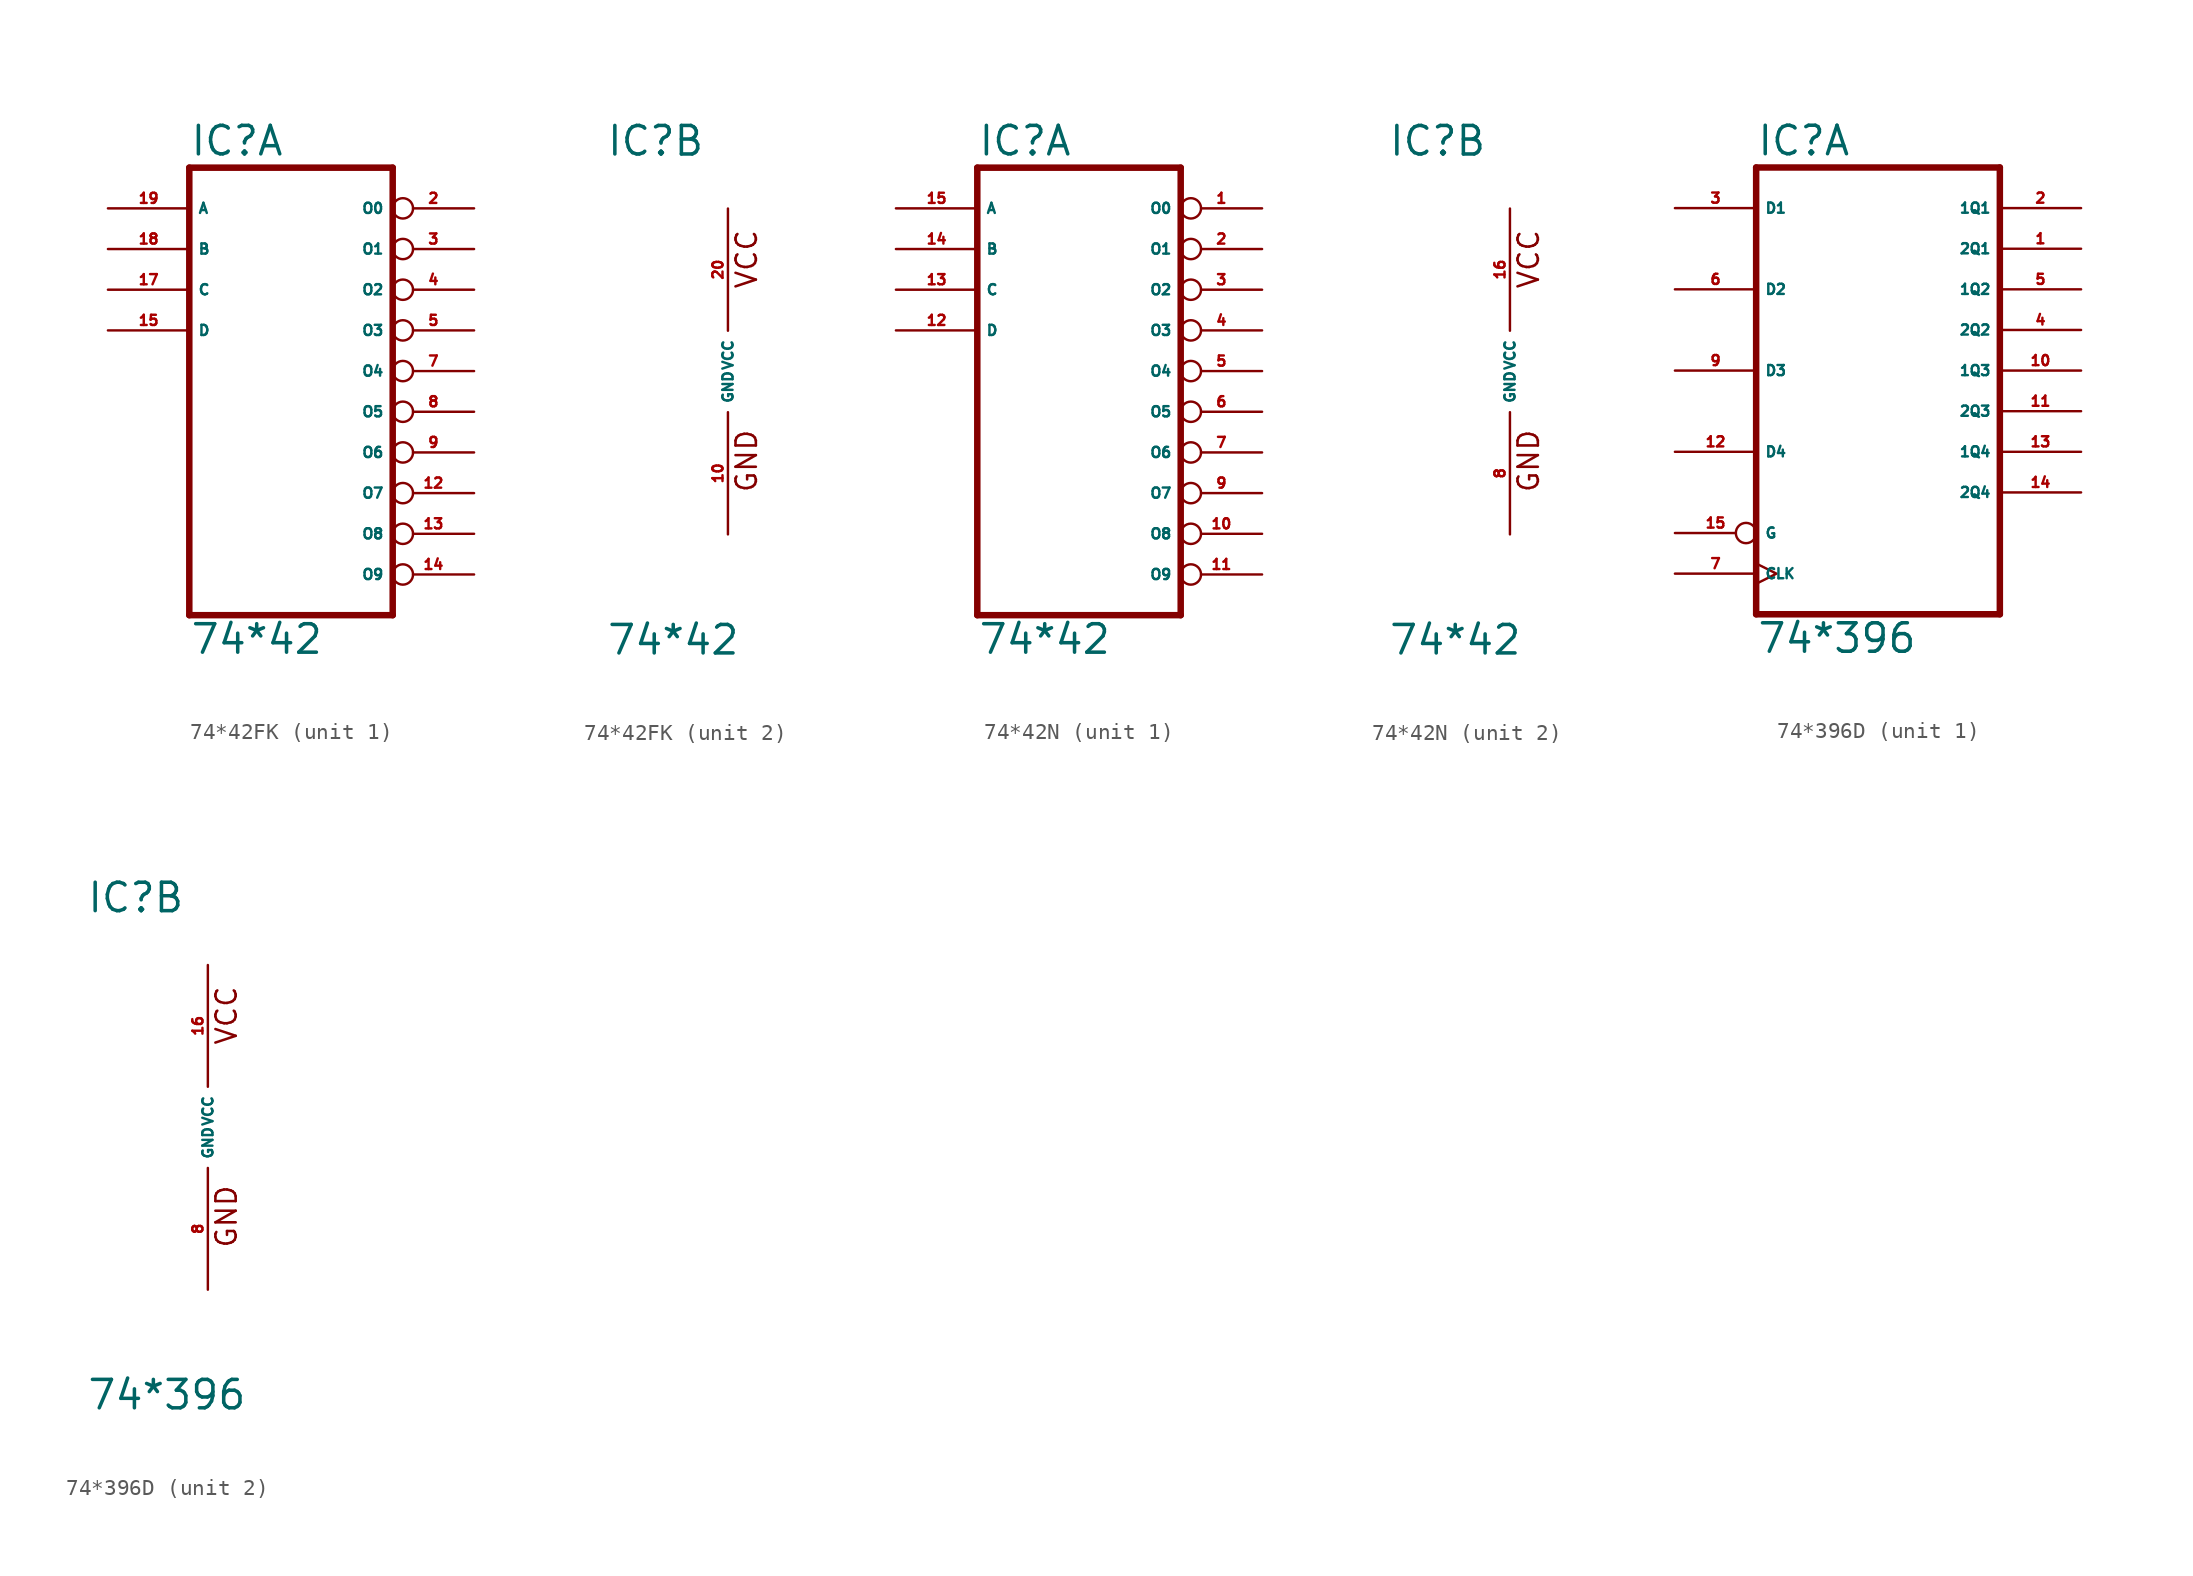
<source format=kicad_sym>
(kicad_symbol_lib
  (version 20220914)
  (generator Eagle2Kicad)
  (symbol "74*42FK"
    (property "Reference" "IC"
      (at -7.62 13.335 0)
      (effects (font (size 1.778 1.778) (thickness 0.22)) (justify left bottom)))
    (property "Value" "74*42"
      (at -7.62 -17.78 0)
      (effects (font (size 1.778 1.778) (thickness 0.22)) (justify left bottom)))
    (symbol "74*42FK_1_0"
      (polyline (pts (xy -7.62 -15.24) (xy 5.08 -15.24)) (stroke (width 0.406) (type default)) (fill (type none)))
      (polyline (pts (xy 5.08 -15.24) (xy 5.08 12.7)) (stroke (width 0.406) (type default)) (fill (type none)))
      (polyline (pts (xy 5.08 12.7) (xy -7.62 12.7)) (stroke (width 0.406) (type default)) (fill (type none)))
      (polyline (pts (xy -7.62 12.7) (xy -7.62 -15.24)) (stroke (width 0.406) (type default)) (fill (type none)))
      (pin output inverted (at 10.16 10.16 180) (length 5.08) (name "O0" (effects (font (size 0.635 0.635) (thickness 0.08)) (justify left bottom))) (number "2" (effects (font (size 0.635 0.635) (thickness 0.08)) (justify left bottom))))
      (pin output inverted (at 10.16 7.62 180) (length 5.08) (name "O1" (effects (font (size 0.635 0.635) (thickness 0.08)) (justify left bottom))) (number "3" (effects (font (size 0.635 0.635) (thickness 0.08)) (justify left bottom))))
      (pin output inverted (at 10.16 5.08 180) (length 5.08) (name "O2" (effects (font (size 0.635 0.635) (thickness 0.08)) (justify left bottom))) (number "4" (effects (font (size 0.635 0.635) (thickness 0.08)) (justify left bottom))))
      (pin output inverted (at 10.16 2.54 180) (length 5.08) (name "O3" (effects (font (size 0.635 0.635) (thickness 0.08)) (justify left bottom))) (number "5" (effects (font (size 0.635 0.635) (thickness 0.08)) (justify left bottom))))
      (pin output inverted (at 10.16 0 180) (length 5.08) (name "O4" (effects (font (size 0.635 0.635) (thickness 0.08)) (justify left bottom))) (number "7" (effects (font (size 0.635 0.635) (thickness 0.08)) (justify left bottom))))
      (pin output inverted (at 10.16 -2.54 180) (length 5.08) (name "O5" (effects (font (size 0.635 0.635) (thickness 0.08)) (justify left bottom))) (number "8" (effects (font (size 0.635 0.635) (thickness 0.08)) (justify left bottom))))
      (pin output inverted (at 10.16 -5.08 180) (length 5.08) (name "O6" (effects (font (size 0.635 0.635) (thickness 0.08)) (justify left bottom))) (number "9" (effects (font (size 0.635 0.635) (thickness 0.08)) (justify left bottom))))
      (pin output inverted (at 10.16 -7.62 180) (length 5.08) (name "O7" (effects (font (size 0.635 0.635) (thickness 0.08)) (justify left bottom))) (number "12" (effects (font (size 0.635 0.635) (thickness 0.08)) (justify left bottom))))
      (pin output inverted (at 10.16 -10.16 180) (length 5.08) (name "O8" (effects (font (size 0.635 0.635) (thickness 0.08)) (justify left bottom))) (number "13" (effects (font (size 0.635 0.635) (thickness 0.08)) (justify left bottom))))
      (pin output inverted (at 10.16 -12.7 180) (length 5.08) (name "O9" (effects (font (size 0.635 0.635) (thickness 0.08)) (justify left bottom))) (number "14" (effects (font (size 0.635 0.635) (thickness 0.08)) (justify left bottom))))
      (pin input line (at -12.7 2.54 0) (length 5.08) (name "D" (effects (font (size 0.635 0.635) (thickness 0.08)) (justify left bottom))) (number "15" (effects (font (size 0.635 0.635) (thickness 0.08)) (justify left bottom))))
      (pin input line (at -12.7 5.08 0) (length 5.08) (name "C" (effects (font (size 0.635 0.635) (thickness 0.08)) (justify left bottom))) (number "17" (effects (font (size 0.635 0.635) (thickness 0.08)) (justify left bottom))))
      (pin input line (at -12.7 7.62 0) (length 5.08) (name "B" (effects (font (size 0.635 0.635) (thickness 0.08)) (justify left bottom))) (number "18" (effects (font (size 0.635 0.635) (thickness 0.08)) (justify left bottom))))
      (pin input line (at -12.7 10.16 0) (length 5.08) (name "A" (effects (font (size 0.635 0.635) (thickness 0.08)) (justify left bottom))) (number "19" (effects (font (size 0.635 0.635) (thickness 0.08)) (justify left bottom)))))
    (symbol "74*42FK_2_0"
      (text "GND" (at 1.905 -7.62 900) (effects (font (size 1.27 1.27) (thickness 0.16)) (justify left bottom)))
      (text "VCC" (at 1.905 5.08 900) (effects (font (size 1.27 1.27) (thickness 0.16)) (justify left bottom)))
      (pin unspecified line (at 0 -10.16 90) (length 7.62) (name "GND" (effects (font (size 0.635 0.635) (thickness 0.08)) (justify left bottom))) (number "10" (effects (font (size 0.635 0.635) (thickness 0.08)) (justify left bottom))))
      (pin unspecified line (at 0 10.16 270) (length 7.62) (name "VCC" (effects (font (size 0.635 0.635) (thickness 0.08)) (justify left bottom))) (number "20" (effects (font (size 0.635 0.635) (thickness 0.08)) (justify left bottom))))))
  (symbol "74*42N"
    (property "Reference" "IC"
      (at -7.62 13.335 0)
      (effects (font (size 1.778 1.778) (thickness 0.22)) (justify left bottom)))
    (property "Value" "74*42"
      (at -7.62 -17.78 0)
      (effects (font (size 1.778 1.778) (thickness 0.22)) (justify left bottom)))
    (symbol "74*42N_1_0"
      (polyline (pts (xy -7.62 -15.24) (xy 5.08 -15.24)) (stroke (width 0.406) (type default)) (fill (type none)))
      (polyline (pts (xy 5.08 -15.24) (xy 5.08 12.7)) (stroke (width 0.406) (type default)) (fill (type none)))
      (polyline (pts (xy 5.08 12.7) (xy -7.62 12.7)) (stroke (width 0.406) (type default)) (fill (type none)))
      (polyline (pts (xy -7.62 12.7) (xy -7.62 -15.24)) (stroke (width 0.406) (type default)) (fill (type none)))
      (pin output inverted (at 10.16 10.16 180) (length 5.08) (name "O0" (effects (font (size 0.635 0.635) (thickness 0.08)) (justify left bottom))) (number "1" (effects (font (size 0.635 0.635) (thickness 0.08)) (justify left bottom))))
      (pin output inverted (at 10.16 7.62 180) (length 5.08) (name "O1" (effects (font (size 0.635 0.635) (thickness 0.08)) (justify left bottom))) (number "2" (effects (font (size 0.635 0.635) (thickness 0.08)) (justify left bottom))))
      (pin output inverted (at 10.16 5.08 180) (length 5.08) (name "O2" (effects (font (size 0.635 0.635) (thickness 0.08)) (justify left bottom))) (number "3" (effects (font (size 0.635 0.635) (thickness 0.08)) (justify left bottom))))
      (pin output inverted (at 10.16 2.54 180) (length 5.08) (name "O3" (effects (font (size 0.635 0.635) (thickness 0.08)) (justify left bottom))) (number "4" (effects (font (size 0.635 0.635) (thickness 0.08)) (justify left bottom))))
      (pin output inverted (at 10.16 0 180) (length 5.08) (name "O4" (effects (font (size 0.635 0.635) (thickness 0.08)) (justify left bottom))) (number "5" (effects (font (size 0.635 0.635) (thickness 0.08)) (justify left bottom))))
      (pin output inverted (at 10.16 -2.54 180) (length 5.08) (name "O5" (effects (font (size 0.635 0.635) (thickness 0.08)) (justify left bottom))) (number "6" (effects (font (size 0.635 0.635) (thickness 0.08)) (justify left bottom))))
      (pin output inverted (at 10.16 -5.08 180) (length 5.08) (name "O6" (effects (font (size 0.635 0.635) (thickness 0.08)) (justify left bottom))) (number "7" (effects (font (size 0.635 0.635) (thickness 0.08)) (justify left bottom))))
      (pin output inverted (at 10.16 -7.62 180) (length 5.08) (name "O7" (effects (font (size 0.635 0.635) (thickness 0.08)) (justify left bottom))) (number "9" (effects (font (size 0.635 0.635) (thickness 0.08)) (justify left bottom))))
      (pin output inverted (at 10.16 -10.16 180) (length 5.08) (name "O8" (effects (font (size 0.635 0.635) (thickness 0.08)) (justify left bottom))) (number "10" (effects (font (size 0.635 0.635) (thickness 0.08)) (justify left bottom))))
      (pin output inverted (at 10.16 -12.7 180) (length 5.08) (name "O9" (effects (font (size 0.635 0.635) (thickness 0.08)) (justify left bottom))) (number "11" (effects (font (size 0.635 0.635) (thickness 0.08)) (justify left bottom))))
      (pin input line (at -12.7 2.54 0) (length 5.08) (name "D" (effects (font (size 0.635 0.635) (thickness 0.08)) (justify left bottom))) (number "12" (effects (font (size 0.635 0.635) (thickness 0.08)) (justify left bottom))))
      (pin input line (at -12.7 5.08 0) (length 5.08) (name "C" (effects (font (size 0.635 0.635) (thickness 0.08)) (justify left bottom))) (number "13" (effects (font (size 0.635 0.635) (thickness 0.08)) (justify left bottom))))
      (pin input line (at -12.7 7.62 0) (length 5.08) (name "B" (effects (font (size 0.635 0.635) (thickness 0.08)) (justify left bottom))) (number "14" (effects (font (size 0.635 0.635) (thickness 0.08)) (justify left bottom))))
      (pin input line (at -12.7 10.16 0) (length 5.08) (name "A" (effects (font (size 0.635 0.635) (thickness 0.08)) (justify left bottom))) (number "15" (effects (font (size 0.635 0.635) (thickness 0.08)) (justify left bottom)))))
    (symbol "74*42N_2_0"
      (text "GND" (at 1.905 -7.62 900) (effects (font (size 1.27 1.27) (thickness 0.16)) (justify left bottom)))
      (text "VCC" (at 1.905 5.08 900) (effects (font (size 1.27 1.27) (thickness 0.16)) (justify left bottom)))
      (pin unspecified line (at 0 -10.16 90) (length 7.62) (name "GND" (effects (font (size 0.635 0.635) (thickness 0.08)) (justify left bottom))) (number "8" (effects (font (size 0.635 0.635) (thickness 0.08)) (justify left bottom))))
      (pin unspecified line (at 0 10.16 270) (length 7.62) (name "VCC" (effects (font (size 0.635 0.635) (thickness 0.08)) (justify left bottom))) (number "16" (effects (font (size 0.635 0.635) (thickness 0.08)) (justify left bottom))))))
  (symbol "74*396D"
    (property "Reference" "IC"
      (at -7.62 13.335 0)
      (effects (font (size 1.778 1.778) (thickness 0.22)) (justify left bottom)))
    (property "Value" "74*396"
      (at -7.62 -17.78 0)
      (effects (font (size 1.778 1.778) (thickness 0.22)) (justify left bottom)))
    (symbol "74*396D_1_0"
      (polyline (pts (xy -7.62 -15.24) (xy 7.62 -15.24)) (stroke (width 0.406) (type default)) (fill (type none)))
      (polyline (pts (xy 7.62 -15.24) (xy 7.62 12.7)) (stroke (width 0.406) (type default)) (fill (type none)))
      (polyline (pts (xy 7.62 12.7) (xy -7.62 12.7)) (stroke (width 0.406) (type default)) (fill (type none)))
      (polyline (pts (xy -7.62 12.7) (xy -7.62 -15.24)) (stroke (width 0.406) (type default)) (fill (type none)))
      (pin output line (at 12.7 7.62 180) (length 5.08) (name "2Q1" (effects (font (size 0.635 0.635) (thickness 0.08)) (justify left bottom))) (number "1" (effects (font (size 0.635 0.635) (thickness 0.08)) (justify left bottom))))
      (pin output line (at 12.7 10.16 180) (length 5.08) (name "1Q1" (effects (font (size 0.635 0.635) (thickness 0.08)) (justify left bottom))) (number "2" (effects (font (size 0.635 0.635) (thickness 0.08)) (justify left bottom))))
      (pin input line (at -12.7 10.16 0) (length 5.08) (name "D1" (effects (font (size 0.635 0.635) (thickness 0.08)) (justify left bottom))) (number "3" (effects (font (size 0.635 0.635) (thickness 0.08)) (justify left bottom))))
      (pin output line (at 12.7 2.54 180) (length 5.08) (name "2Q2" (effects (font (size 0.635 0.635) (thickness 0.08)) (justify left bottom))) (number "4" (effects (font (size 0.635 0.635) (thickness 0.08)) (justify left bottom))))
      (pin output line (at 12.7 5.08 180) (length 5.08) (name "1Q2" (effects (font (size 0.635 0.635) (thickness 0.08)) (justify left bottom))) (number "5" (effects (font (size 0.635 0.635) (thickness 0.08)) (justify left bottom))))
      (pin input line (at -12.7 5.08 0) (length 5.08) (name "D2" (effects (font (size 0.635 0.635) (thickness 0.08)) (justify left bottom))) (number "6" (effects (font (size 0.635 0.635) (thickness 0.08)) (justify left bottom))))
      (pin input clock (at -12.7 -12.7 0) (length 5.08) (name "CLK" (effects (font (size 0.635 0.635) (thickness 0.08)) (justify left bottom))) (number "7" (effects (font (size 0.635 0.635) (thickness 0.08)) (justify left bottom))))
      (pin input line (at -12.7 0 0) (length 5.08) (name "D3" (effects (font (size 0.635 0.635) (thickness 0.08)) (justify left bottom))) (number "9" (effects (font (size 0.635 0.635) (thickness 0.08)) (justify left bottom))))
      (pin output line (at 12.7 0 180) (length 5.08) (name "1Q3" (effects (font (size 0.635 0.635) (thickness 0.08)) (justify left bottom))) (number "10" (effects (font (size 0.635 0.635) (thickness 0.08)) (justify left bottom))))
      (pin output line (at 12.7 -2.54 180) (length 5.08) (name "2Q3" (effects (font (size 0.635 0.635) (thickness 0.08)) (justify left bottom))) (number "11" (effects (font (size 0.635 0.635) (thickness 0.08)) (justify left bottom))))
      (pin input line (at -12.7 -5.08 0) (length 5.08) (name "D4" (effects (font (size 0.635 0.635) (thickness 0.08)) (justify left bottom))) (number "12" (effects (font (size 0.635 0.635) (thickness 0.08)) (justify left bottom))))
      (pin output line (at 12.7 -5.08 180) (length 5.08) (name "1Q4" (effects (font (size 0.635 0.635) (thickness 0.08)) (justify left bottom))) (number "13" (effects (font (size 0.635 0.635) (thickness 0.08)) (justify left bottom))))
      (pin output line (at 12.7 -7.62 180) (length 5.08) (name "2Q4" (effects (font (size 0.635 0.635) (thickness 0.08)) (justify left bottom))) (number "14" (effects (font (size 0.635 0.635) (thickness 0.08)) (justify left bottom))))
      (pin input inverted (at -12.7 -10.16 0) (length 5.08) (name "G" (effects (font (size 0.635 0.635) (thickness 0.08)) (justify left bottom))) (number "15" (effects (font (size 0.635 0.635) (thickness 0.08)) (justify left bottom)))))
    (symbol "74*396D_2_0"
      (text "GND" (at 1.905 -7.62 900) (effects (font (size 1.27 1.27) (thickness 0.16)) (justify left bottom)))
      (text "VCC" (at 1.905 5.08 900) (effects (font (size 1.27 1.27) (thickness 0.16)) (justify left bottom)))
      (pin unspecified line (at 0 -10.16 90) (length 7.62) (name "GND" (effects (font (size 0.635 0.635) (thickness 0.08)) (justify left bottom))) (number "8" (effects (font (size 0.635 0.635) (thickness 0.08)) (justify left bottom))))
      (pin unspecified line (at 0 10.16 270) (length 7.62) (name "VCC" (effects (font (size 0.635 0.635) (thickness 0.08)) (justify left bottom))) (number "16" (effects (font (size 0.635 0.635) (thickness 0.08)) (justify left bottom)))))))
</source>
